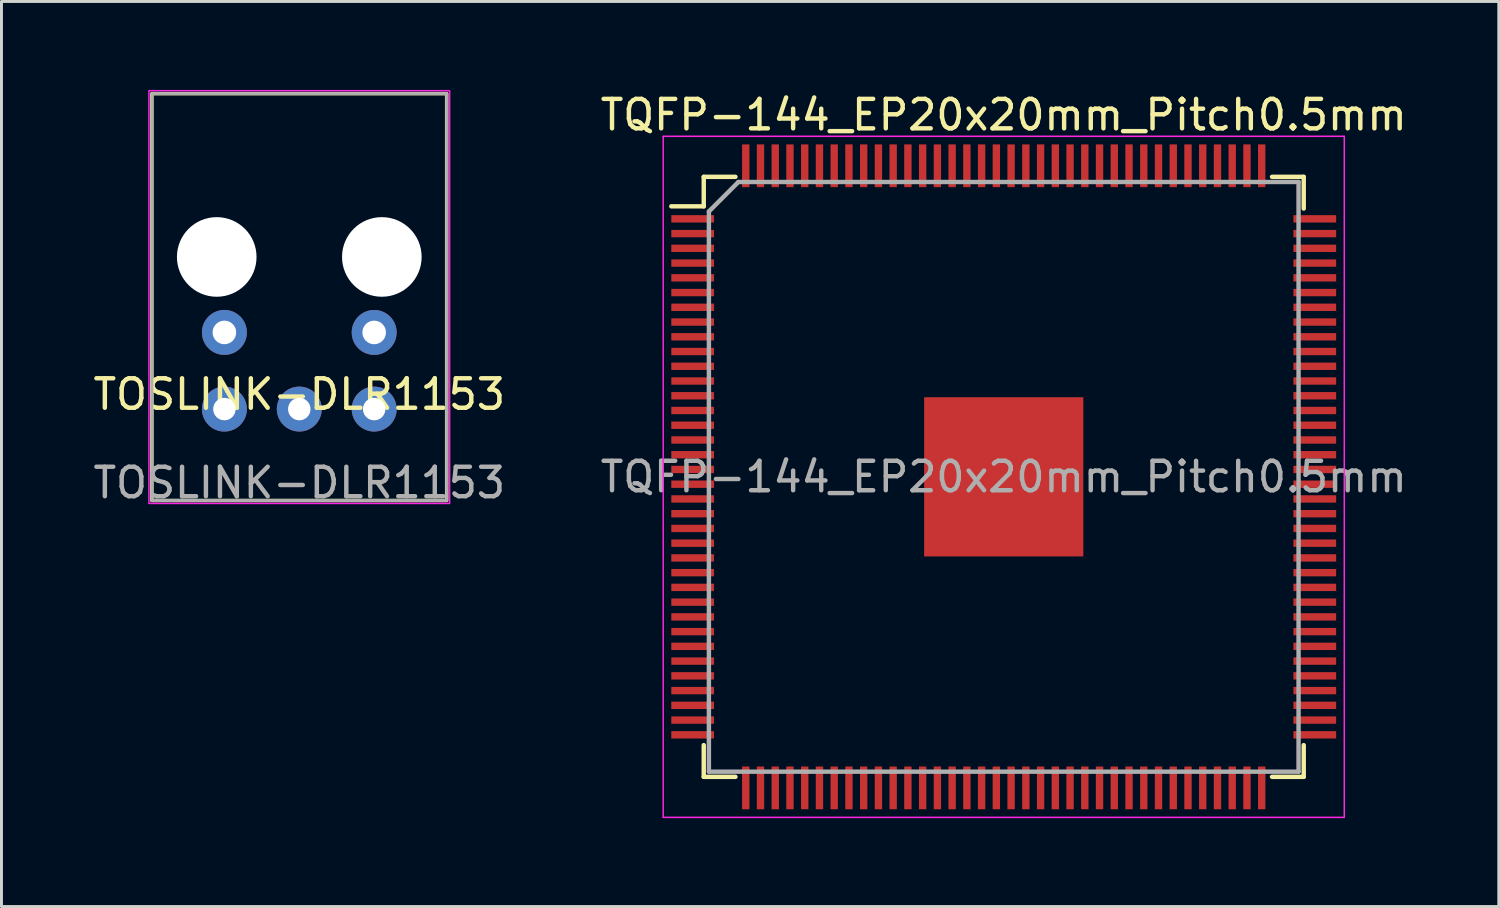
<source format=kicad_pcb>
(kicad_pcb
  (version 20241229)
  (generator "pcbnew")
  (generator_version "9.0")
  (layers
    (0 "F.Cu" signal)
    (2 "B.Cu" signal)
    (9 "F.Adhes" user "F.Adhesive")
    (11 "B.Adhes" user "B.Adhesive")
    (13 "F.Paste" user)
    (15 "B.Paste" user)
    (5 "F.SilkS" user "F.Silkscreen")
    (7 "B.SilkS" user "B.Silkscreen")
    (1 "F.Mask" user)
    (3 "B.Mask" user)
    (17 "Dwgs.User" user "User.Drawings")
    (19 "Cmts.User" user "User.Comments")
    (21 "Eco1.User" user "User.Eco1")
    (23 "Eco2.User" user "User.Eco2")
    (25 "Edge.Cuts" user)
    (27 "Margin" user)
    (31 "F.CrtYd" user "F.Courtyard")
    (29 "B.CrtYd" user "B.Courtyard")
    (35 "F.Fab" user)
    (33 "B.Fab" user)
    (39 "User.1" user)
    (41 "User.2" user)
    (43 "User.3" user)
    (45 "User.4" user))
  (footprint "TOSLINK-DLR1153"
    (layer "F.Cu")
    (at 7.101 10.825)
    (property "Reference" "TOSLINK-DLR1153" (at 0 -0.5 0) (unlocked yes) (layer "F.SilkS") (effects (font (size 1 1) (thickness 0.15))))
    (attr through_hole)
    (fp_rect (start -5 -10.7) (end 5 3.1) (stroke (width 0.12) (type default)) (fill no) (layer "F.SilkS"))
    (fp_rect (start -5.1 -10.8) (end 5.1 3.2) (stroke (width 0.05) (type default)) (fill no) (layer "F.CrtYd"))
    (fp_rect (start -5 -10.7) (end 5 3.1) (stroke (width 0.1) (type default)) (fill no) (layer "F.Fab"))
    (fp_text user "${REFERENCE}" (at 0 2.5 0) (unlocked yes) (layer "F.Fab") (effects (font (size 1 1) (thickness 0.15))))
    (pad "" np_thru_hole circle (at -2.8 -5.16) (size 2.7 2.7) (drill 2.7) (layers "*.Cu" "*.Mask"))
    (pad "" thru_hole circle (at -2.54 -2.6) (size 1.524 1.524) (drill 0.8) (layers "*.Cu" "*.Mask"))
    (pad "" thru_hole circle (at 2.54 -2.6) (size 1.524 1.524) (drill 0.8) (layers "*.Cu" "*.Mask"))
    (pad "" np_thru_hole circle (at 2.8 -5.16) (size 2.7 2.7) (drill 2.7) (layers "*.Cu" "*.Mask"))
    (pad "1" thru_hole circle (at -2.54 0) (size 1.524 1.524) (drill 0.762) (layers "*.Cu" "*.Mask"))
    (pad "2" thru_hole circle (at 0 0) (size 1.524 1.524) (drill 0.762) (layers "*.Cu" "*.Mask"))
    (pad "3" thru_hole circle (at 2.54 0) (size 1.524 1.524) (drill 0.762) (layers "*.Cu" "*.Mask")))
  (footprint "TQFP-144_EP20x20mm_Pitch0.5mm"
    (layer "F.Cu")
    (at 30.994 13.123)
    (property "Reference" "TQFP-144_EP20x20mm_Pitch0.5mm" (at 0 -12.275 0) (layer "F.SilkS") (effects (font (size 1 1) (thickness 0.15))))
    (attr smd)
    (fp_line (start -10.175 -10.175) (end -10.175 -9.175) (stroke (width 0.15) (type solid)) (layer "F.SilkS"))
    (fp_line (start -10.175 -10.175) (end -9.1 -10.175) (stroke (width 0.15) (type solid)) (layer "F.SilkS"))
    (fp_line (start -10.175 -9.175) (end -11.275 -9.175) (stroke (width 0.15) (type solid)) (layer "F.SilkS"))
    (fp_line (start -10.175 10.175) (end -10.175 9.1) (stroke (width 0.15) (type solid)) (layer "F.SilkS"))
    (fp_line (start -10.175 10.175) (end -9.1 10.175) (stroke (width 0.15) (type solid)) (layer "F.SilkS"))
    (fp_line (start 10.175 -10.175) (end 9.1 -10.175) (stroke (width 0.15) (type solid)) (layer "F.SilkS"))
    (fp_line (start 10.175 -10.175) (end 10.175 -9.1) (stroke (width 0.15) (type solid)) (layer "F.SilkS"))
    (fp_line (start 10.175 10.175) (end 9.1 10.175) (stroke (width 0.15) (type solid)) (layer "F.SilkS"))
    (fp_line (start 10.175 10.175) (end 10.175 9.1) (stroke (width 0.15) (type solid)) (layer "F.SilkS"))
    (fp_line (start -11.55 -11.55) (end -11.55 11.55) (stroke (width 0.05) (type solid)) (layer "F.CrtYd"))
    (fp_line (start -11.55 -11.55) (end 11.55 -11.55) (stroke (width 0.05) (type solid)) (layer "F.CrtYd"))
    (fp_line (start -11.55 11.55) (end 11.55 11.55) (stroke (width 0.05) (type solid)) (layer "F.CrtYd"))
    (fp_line (start 11.55 -11.55) (end 11.55 11.55) (stroke (width 0.05) (type solid)) (layer "F.CrtYd"))
    (fp_line (start -10 -9) (end -9 -10) (stroke (width 0.15) (type solid)) (layer "F.Fab"))
    (fp_line (start -10 10) (end -10 -9) (stroke (width 0.15) (type solid)) (layer "F.Fab"))
    (fp_line (start -9 -10) (end 10 -10) (stroke (width 0.15) (type solid)) (layer "F.Fab"))
    (fp_line (start 10 -10) (end 10 10) (stroke (width 0.15) (type solid)) (layer "F.Fab"))
    (fp_line (start 10 10) (end -10 10) (stroke (width 0.15) (type solid)) (layer "F.Fab"))
    (fp_text user "${REFERENCE}" (at 0 0 0) (layer "F.Fab") (effects (font (size 1 1) (thickness 0.15))))
    (pad "1" smd rect (at -10.55 -8.75) (size 1.45 0.25) (layers "F.Cu" "F.Mask" "F.Paste"))
    (pad "2" smd rect (at -10.55 -8.25) (size 1.45 0.25) (layers "F.Cu" "F.Mask" "F.Paste"))
    (pad "3" smd rect (at -10.55 -7.75) (size 1.45 0.25) (layers "F.Cu" "F.Mask" "F.Paste"))
    (pad "4" smd rect (at -10.55 -7.25) (size 1.45 0.25) (layers "F.Cu" "F.Mask" "F.Paste"))
    (pad "5" smd rect (at -10.55 -6.75) (size 1.45 0.25) (layers "F.Cu" "F.Mask" "F.Paste"))
    (pad "6" smd rect (at -10.55 -6.25) (size 1.45 0.25) (layers "F.Cu" "F.Mask" "F.Paste"))
    (pad "7" smd rect (at -10.55 -5.75) (size 1.45 0.25) (layers "F.Cu" "F.Mask" "F.Paste"))
    (pad "8" smd rect (at -10.55 -5.25) (size 1.45 0.25) (layers "F.Cu" "F.Mask" "F.Paste"))
    (pad "9" smd rect (at -10.55 -4.75) (size 1.45 0.25) (layers "F.Cu" "F.Mask" "F.Paste"))
    (pad "10" smd rect (at -10.55 -4.25) (size 1.45 0.25) (layers "F.Cu" "F.Mask" "F.Paste"))
    (pad "11" smd rect (at -10.55 -3.75) (size 1.45 0.25) (layers "F.Cu" "F.Mask" "F.Paste"))
    (pad "12" smd rect (at -10.55 -3.25) (size 1.45 0.25) (layers "F.Cu" "F.Mask" "F.Paste"))
    (pad "13" smd rect (at -10.55 -2.75) (size 1.45 0.25) (layers "F.Cu" "F.Mask" "F.Paste"))
    (pad "14" smd rect (at -10.55 -2.25) (size 1.45 0.25) (layers "F.Cu" "F.Mask" "F.Paste"))
    (pad "15" smd rect (at -10.55 -1.75) (size 1.45 0.25) (layers "F.Cu" "F.Mask" "F.Paste"))
    (pad "16" smd rect (at -10.55 -1.25) (size 1.45 0.25) (layers "F.Cu" "F.Mask" "F.Paste"))
    (pad "17" smd rect (at -10.55 -0.75) (size 1.45 0.25) (layers "F.Cu" "F.Mask" "F.Paste"))
    (pad "18" smd rect (at -10.55 -0.25) (size 1.45 0.25) (layers "F.Cu" "F.Mask" "F.Paste"))
    (pad "19" smd rect (at -10.55 0.25) (size 1.45 0.25) (layers "F.Cu" "F.Mask" "F.Paste"))
    (pad "20" smd rect (at -10.55 0.75) (size 1.45 0.25) (layers "F.Cu" "F.Mask" "F.Paste"))
    (pad "21" smd rect (at -10.55 1.25) (size 1.45 0.25) (layers "F.Cu" "F.Mask" "F.Paste"))
    (pad "22" smd rect (at -10.55 1.75) (size 1.45 0.25) (layers "F.Cu" "F.Mask" "F.Paste"))
    (pad "23" smd rect (at -10.55 2.25) (size 1.45 0.25) (layers "F.Cu" "F.Mask" "F.Paste"))
    (pad "24" smd rect (at -10.55 2.75) (size 1.45 0.25) (layers "F.Cu" "F.Mask" "F.Paste"))
    (pad "25" smd rect (at -10.55 3.25) (size 1.45 0.25) (layers "F.Cu" "F.Mask" "F.Paste"))
    (pad "26" smd rect (at -10.55 3.75) (size 1.45 0.25) (layers "F.Cu" "F.Mask" "F.Paste"))
    (pad "27" smd rect (at -10.55 4.25) (size 1.45 0.25) (layers "F.Cu" "F.Mask" "F.Paste"))
    (pad "28" smd rect (at -10.55 4.75) (size 1.45 0.25) (layers "F.Cu" "F.Mask" "F.Paste"))
    (pad "29" smd rect (at -10.55 5.25) (size 1.45 0.25) (layers "F.Cu" "F.Mask" "F.Paste"))
    (pad "30" smd rect (at -10.55 5.75) (size 1.45 0.25) (layers "F.Cu" "F.Mask" "F.Paste"))
    (pad "31" smd rect (at -10.55 6.25) (size 1.45 0.25) (layers "F.Cu" "F.Mask" "F.Paste"))
    (pad "32" smd rect (at -10.55 6.75) (size 1.45 0.25) (layers "F.Cu" "F.Mask" "F.Paste"))
    (pad "33" smd rect (at -10.55 7.25) (size 1.45 0.25) (layers "F.Cu" "F.Mask" "F.Paste"))
    (pad "34" smd rect (at -10.55 7.75) (size 1.45 0.25) (layers "F.Cu" "F.Mask" "F.Paste"))
    (pad "35" smd rect (at -10.55 8.25) (size 1.45 0.25) (layers "F.Cu" "F.Mask" "F.Paste"))
    (pad "36" smd rect (at -10.55 8.75) (size 1.45 0.25) (layers "F.Cu" "F.Mask" "F.Paste"))
    (pad "37" smd rect (at -8.75 10.55 90) (size 1.45 0.25) (layers "F.Cu" "F.Mask" "F.Paste"))
    (pad "38" smd rect (at -8.25 10.55 90) (size 1.45 0.25) (layers "F.Cu" "F.Mask" "F.Paste"))
    (pad "39" smd rect (at -7.75 10.55 90) (size 1.45 0.25) (layers "F.Cu" "F.Mask" "F.Paste"))
    (pad "40" smd rect (at -7.25 10.55 90) (size 1.45 0.25) (layers "F.Cu" "F.Mask" "F.Paste"))
    (pad "41" smd rect (at -6.75 10.55 90) (size 1.45 0.25) (layers "F.Cu" "F.Mask" "F.Paste"))
    (pad "42" smd rect (at -6.25 10.55 90) (size 1.45 0.25) (layers "F.Cu" "F.Mask" "F.Paste"))
    (pad "43" smd rect (at -5.75 10.55 90) (size 1.45 0.25) (layers "F.Cu" "F.Mask" "F.Paste"))
    (pad "44" smd rect (at -5.25 10.55 90) (size 1.45 0.25) (layers "F.Cu" "F.Mask" "F.Paste"))
    (pad "45" smd rect (at -4.75 10.55 90) (size 1.45 0.25) (layers "F.Cu" "F.Mask" "F.Paste"))
    (pad "46" smd rect (at -4.25 10.55 90) (size 1.45 0.25) (layers "F.Cu" "F.Mask" "F.Paste"))
    (pad "47" smd rect (at -3.75 10.55 90) (size 1.45 0.25) (layers "F.Cu" "F.Mask" "F.Paste"))
    (pad "48" smd rect (at -3.25 10.55 90) (size 1.45 0.25) (layers "F.Cu" "F.Mask" "F.Paste"))
    (pad "49" smd rect (at -2.75 10.55 90) (size 1.45 0.25) (layers "F.Cu" "F.Mask" "F.Paste"))
    (pad "50" smd rect (at -2.25 10.55 90) (size 1.45 0.25) (layers "F.Cu" "F.Mask" "F.Paste"))
    (pad "51" smd rect (at -1.75 10.55 90) (size 1.45 0.25) (layers "F.Cu" "F.Mask" "F.Paste"))
    (pad "52" smd rect (at -1.25 10.55 90) (size 1.45 0.25) (layers "F.Cu" "F.Mask" "F.Paste"))
    (pad "53" smd rect (at -0.75 10.55 90) (size 1.45 0.25) (layers "F.Cu" "F.Mask" "F.Paste"))
    (pad "54" smd rect (at -0.25 10.55 90) (size 1.45 0.25) (layers "F.Cu" "F.Mask" "F.Paste"))
    (pad "55" smd rect (at 0.25 10.55 90) (size 1.45 0.25) (layers "F.Cu" "F.Mask" "F.Paste"))
    (pad "56" smd rect (at 0.75 10.55 90) (size 1.45 0.25) (layers "F.Cu" "F.Mask" "F.Paste"))
    (pad "57" smd rect (at 1.25 10.55 90) (size 1.45 0.25) (layers "F.Cu" "F.Mask" "F.Paste"))
    (pad "58" smd rect (at 1.75 10.55 90) (size 1.45 0.25) (layers "F.Cu" "F.Mask" "F.Paste"))
    (pad "59" smd rect (at 2.25 10.55 90) (size 1.45 0.25) (layers "F.Cu" "F.Mask" "F.Paste"))
    (pad "60" smd rect (at 2.75 10.55 90) (size 1.45 0.25) (layers "F.Cu" "F.Mask" "F.Paste"))
    (pad "61" smd rect (at 3.25 10.55 90) (size 1.45 0.25) (layers "F.Cu" "F.Mask" "F.Paste"))
    (pad "62" smd rect (at 3.75 10.55 90) (size 1.45 0.25) (layers "F.Cu" "F.Mask" "F.Paste"))
    (pad "63" smd rect (at 4.25 10.55 90) (size 1.45 0.25) (layers "F.Cu" "F.Mask" "F.Paste"))
    (pad "64" smd rect (at 4.75 10.55 90) (size 1.45 0.25) (layers "F.Cu" "F.Mask" "F.Paste"))
    (pad "65" smd rect (at 5.25 10.55 90) (size 1.45 0.25) (layers "F.Cu" "F.Mask" "F.Paste"))
    (pad "66" smd rect (at 5.75 10.55 90) (size 1.45 0.25) (layers "F.Cu" "F.Mask" "F.Paste"))
    (pad "67" smd rect (at 6.25 10.55 90) (size 1.45 0.25) (layers "F.Cu" "F.Mask" "F.Paste"))
    (pad "68" smd rect (at 6.75 10.55 90) (size 1.45 0.25) (layers "F.Cu" "F.Mask" "F.Paste"))
    (pad "69" smd rect (at 7.25 10.55 90) (size 1.45 0.25) (layers "F.Cu" "F.Mask" "F.Paste"))
    (pad "70" smd rect (at 7.75 10.55 90) (size 1.45 0.25) (layers "F.Cu" "F.Mask" "F.Paste"))
    (pad "71" smd rect (at 8.25 10.55 90) (size 1.45 0.25) (layers "F.Cu" "F.Mask" "F.Paste"))
    (pad "72" smd rect (at 8.75 10.55 90) (size 1.45 0.25) (layers "F.Cu" "F.Mask" "F.Paste"))
    (pad "73" smd rect (at 10.55 8.75) (size 1.45 0.25) (layers "F.Cu" "F.Mask" "F.Paste"))
    (pad "74" smd rect (at 10.55 8.25) (size 1.45 0.25) (layers "F.Cu" "F.Mask" "F.Paste"))
    (pad "75" smd rect (at 10.55 7.75) (size 1.45 0.25) (layers "F.Cu" "F.Mask" "F.Paste"))
    (pad "76" smd rect (at 10.55 7.25) (size 1.45 0.25) (layers "F.Cu" "F.Mask" "F.Paste"))
    (pad "77" smd rect (at 10.55 6.75) (size 1.45 0.25) (layers "F.Cu" "F.Mask" "F.Paste"))
    (pad "78" smd rect (at 10.55 6.25) (size 1.45 0.25) (layers "F.Cu" "F.Mask" "F.Paste"))
    (pad "79" smd rect (at 10.55 5.75) (size 1.45 0.25) (layers "F.Cu" "F.Mask" "F.Paste"))
    (pad "80" smd rect (at 10.55 5.25) (size 1.45 0.25) (layers "F.Cu" "F.Mask" "F.Paste"))
    (pad "81" smd rect (at 10.55 4.75) (size 1.45 0.25) (layers "F.Cu" "F.Mask" "F.Paste"))
    (pad "82" smd rect (at 10.55 4.25) (size 1.45 0.25) (layers "F.Cu" "F.Mask" "F.Paste"))
    (pad "83" smd rect (at 10.55 3.75) (size 1.45 0.25) (layers "F.Cu" "F.Mask" "F.Paste"))
    (pad "84" smd rect (at 10.55 3.25) (size 1.45 0.25) (layers "F.Cu" "F.Mask" "F.Paste"))
    (pad "85" smd rect (at 10.55 2.75) (size 1.45 0.25) (layers "F.Cu" "F.Mask" "F.Paste"))
    (pad "86" smd rect (at 10.55 2.25) (size 1.45 0.25) (layers "F.Cu" "F.Mask" "F.Paste"))
    (pad "87" smd rect (at 10.55 1.75) (size 1.45 0.25) (layers "F.Cu" "F.Mask" "F.Paste"))
    (pad "88" smd rect (at 10.55 1.25) (size 1.45 0.25) (layers "F.Cu" "F.Mask" "F.Paste"))
    (pad "89" smd rect (at 10.55 0.75) (size 1.45 0.25) (layers "F.Cu" "F.Mask" "F.Paste"))
    (pad "90" smd rect (at 10.55 0.25) (size 1.45 0.25) (layers "F.Cu" "F.Mask" "F.Paste"))
    (pad "91" smd rect (at 10.55 -0.25) (size 1.45 0.25) (layers "F.Cu" "F.Mask" "F.Paste"))
    (pad "92" smd rect (at 10.55 -0.75) (size 1.45 0.25) (layers "F.Cu" "F.Mask" "F.Paste"))
    (pad "93" smd rect (at 10.55 -1.25) (size 1.45 0.25) (layers "F.Cu" "F.Mask" "F.Paste"))
    (pad "94" smd rect (at 10.55 -1.75) (size 1.45 0.25) (layers "F.Cu" "F.Mask" "F.Paste"))
    (pad "95" smd rect (at 10.55 -2.25) (size 1.45 0.25) (layers "F.Cu" "F.Mask" "F.Paste"))
    (pad "96" smd rect (at 10.55 -2.75) (size 1.45 0.25) (layers "F.Cu" "F.Mask" "F.Paste"))
    (pad "97" smd rect (at 10.55 -3.25) (size 1.45 0.25) (layers "F.Cu" "F.Mask" "F.Paste"))
    (pad "98" smd rect (at 10.55 -3.75) (size 1.45 0.25) (layers "F.Cu" "F.Mask" "F.Paste"))
    (pad "99" smd rect (at 10.55 -4.25) (size 1.45 0.25) (layers "F.Cu" "F.Mask" "F.Paste"))
    (pad "100" smd rect (at 10.55 -4.75) (size 1.45 0.25) (layers "F.Cu" "F.Mask" "F.Paste"))
    (pad "101" smd rect (at 10.55 -5.25) (size 1.45 0.25) (layers "F.Cu" "F.Mask" "F.Paste"))
    (pad "102" smd rect (at 10.55 -5.75) (size 1.45 0.25) (layers "F.Cu" "F.Mask" "F.Paste"))
    (pad "103" smd rect (at 10.55 -6.25) (size 1.45 0.25) (layers "F.Cu" "F.Mask" "F.Paste"))
    (pad "104" smd rect (at 10.55 -6.75) (size 1.45 0.25) (layers "F.Cu" "F.Mask" "F.Paste"))
    (pad "105" smd rect (at 10.55 -7.25) (size 1.45 0.25) (layers "F.Cu" "F.Mask" "F.Paste"))
    (pad "106" smd rect (at 10.55 -7.75) (size 1.45 0.25) (layers "F.Cu" "F.Mask" "F.Paste"))
    (pad "107" smd rect (at 10.55 -8.25) (size 1.45 0.25) (layers "F.Cu" "F.Mask" "F.Paste"))
    (pad "108" smd rect (at 10.55 -8.75) (size 1.45 0.25) (layers "F.Cu" "F.Mask" "F.Paste"))
    (pad "109" smd rect (at 8.75 -10.55 90) (size 1.45 0.25) (layers "F.Cu" "F.Mask" "F.Paste"))
    (pad "110" smd rect (at 8.25 -10.55 90) (size 1.45 0.25) (layers "F.Cu" "F.Mask" "F.Paste"))
    (pad "111" smd rect (at 7.75 -10.55 90) (size 1.45 0.25) (layers "F.Cu" "F.Mask" "F.Paste"))
    (pad "112" smd rect (at 7.25 -10.55 90) (size 1.45 0.25) (layers "F.Cu" "F.Mask" "F.Paste"))
    (pad "113" smd rect (at 6.75 -10.55 90) (size 1.45 0.25) (layers "F.Cu" "F.Mask" "F.Paste"))
    (pad "114" smd rect (at 6.25 -10.55 90) (size 1.45 0.25) (layers "F.Cu" "F.Mask" "F.Paste"))
    (pad "115" smd rect (at 5.75 -10.55 90) (size 1.45 0.25) (layers "F.Cu" "F.Mask" "F.Paste"))
    (pad "116" smd rect (at 5.25 -10.55 90) (size 1.45 0.25) (layers "F.Cu" "F.Mask" "F.Paste"))
    (pad "117" smd rect (at 4.75 -10.55 90) (size 1.45 0.25) (layers "F.Cu" "F.Mask" "F.Paste"))
    (pad "118" smd rect (at 4.25 -10.55 90) (size 1.45 0.25) (layers "F.Cu" "F.Mask" "F.Paste"))
    (pad "119" smd rect (at 3.75 -10.55 90) (size 1.45 0.25) (layers "F.Cu" "F.Mask" "F.Paste"))
    (pad "120" smd rect (at 3.25 -10.55 90) (size 1.45 0.25) (layers "F.Cu" "F.Mask" "F.Paste"))
    (pad "121" smd rect (at 2.75 -10.55 90) (size 1.45 0.25) (layers "F.Cu" "F.Mask" "F.Paste"))
    (pad "122" smd rect (at 2.25 -10.55 90) (size 1.45 0.25) (layers "F.Cu" "F.Mask" "F.Paste"))
    (pad "123" smd rect (at 1.75 -10.55 90) (size 1.45 0.25) (layers "F.Cu" "F.Mask" "F.Paste"))
    (pad "124" smd rect (at 1.25 -10.55 90) (size 1.45 0.25) (layers "F.Cu" "F.Mask" "F.Paste"))
    (pad "125" smd rect (at 0.75 -10.55 90) (size 1.45 0.25) (layers "F.Cu" "F.Mask" "F.Paste"))
    (pad "126" smd rect (at 0.25 -10.55 90) (size 1.45 0.25) (layers "F.Cu" "F.Mask" "F.Paste"))
    (pad "127" smd rect (at -0.25 -10.55 90) (size 1.45 0.25) (layers "F.Cu" "F.Mask" "F.Paste"))
    (pad "128" smd rect (at -0.75 -10.55 90) (size 1.45 0.25) (layers "F.Cu" "F.Mask" "F.Paste"))
    (pad "129" smd rect (at -1.25 -10.55 90) (size 1.45 0.25) (layers "F.Cu" "F.Mask" "F.Paste"))
    (pad "130" smd rect (at -1.75 -10.55 90) (size 1.45 0.25) (layers "F.Cu" "F.Mask" "F.Paste"))
    (pad "131" smd rect (at -2.25 -10.55 90) (size 1.45 0.25) (layers "F.Cu" "F.Mask" "F.Paste"))
    (pad "132" smd rect (at -2.75 -10.55 90) (size 1.45 0.25) (layers "F.Cu" "F.Mask" "F.Paste"))
    (pad "133" smd rect (at -3.25 -10.55 90) (size 1.45 0.25) (layers "F.Cu" "F.Mask" "F.Paste"))
    (pad "134" smd rect (at -3.75 -10.55 90) (size 1.45 0.25) (layers "F.Cu" "F.Mask" "F.Paste"))
    (pad "135" smd rect (at -4.25 -10.55 90) (size 1.45 0.25) (layers "F.Cu" "F.Mask" "F.Paste"))
    (pad "136" smd rect (at -4.75 -10.55 90) (size 1.45 0.25) (layers "F.Cu" "F.Mask" "F.Paste"))
    (pad "137" smd rect (at -5.25 -10.55 90) (size 1.45 0.25) (layers "F.Cu" "F.Mask" "F.Paste"))
    (pad "138" smd rect (at -5.75 -10.55 90) (size 1.45 0.25) (layers "F.Cu" "F.Mask" "F.Paste"))
    (pad "139" smd rect (at -6.25 -10.55 90) (size 1.45 0.25) (layers "F.Cu" "F.Mask" "F.Paste"))
    (pad "140" smd rect (at -6.75 -10.55 90) (size 1.45 0.25) (layers "F.Cu" "F.Mask" "F.Paste"))
    (pad "141" smd rect (at -7.25 -10.55 90) (size 1.45 0.25) (layers "F.Cu" "F.Mask" "F.Paste"))
    (pad "142" smd rect (at -7.75 -10.55 90) (size 1.45 0.25) (layers "F.Cu" "F.Mask" "F.Paste"))
    (pad "143" smd rect (at -8.25 -10.55 90) (size 1.45 0.25) (layers "F.Cu" "F.Mask" "F.Paste"))
    (pad "144" smd rect (at -8.75 -10.55 90) (size 1.45 0.25) (layers "F.Cu" "F.Mask" "F.Paste"))
    (pad "145" smd rect (at 0 0) (size 5.4 5.4) (layers "F.Cu" "F.Mask" "F.Paste")))
  (gr_rect
    (start -3 -3)
    (end 47.786 27.698)
    (stroke (width 0.1) (type default))
    (fill no)
    (layer "Edge.Cuts")))
</source>
